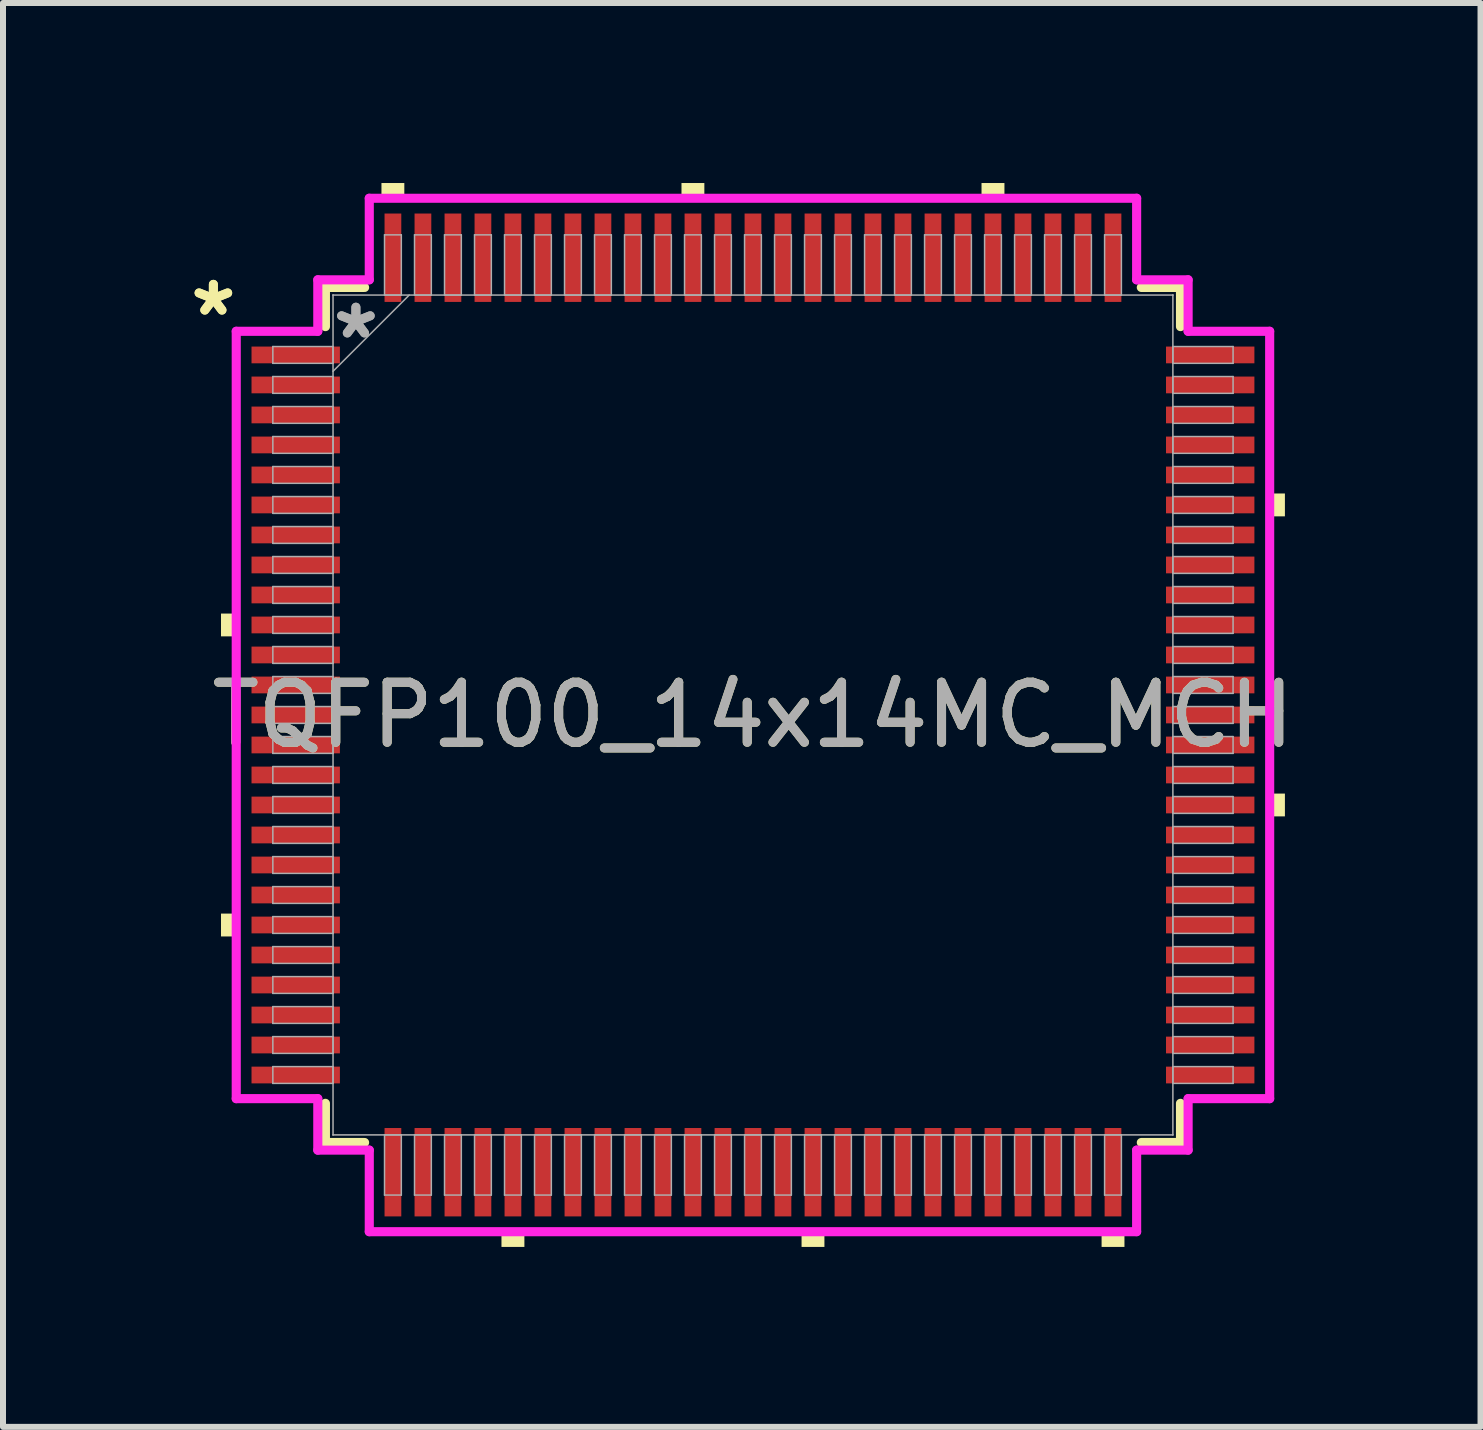
<source format=kicad_pcb>
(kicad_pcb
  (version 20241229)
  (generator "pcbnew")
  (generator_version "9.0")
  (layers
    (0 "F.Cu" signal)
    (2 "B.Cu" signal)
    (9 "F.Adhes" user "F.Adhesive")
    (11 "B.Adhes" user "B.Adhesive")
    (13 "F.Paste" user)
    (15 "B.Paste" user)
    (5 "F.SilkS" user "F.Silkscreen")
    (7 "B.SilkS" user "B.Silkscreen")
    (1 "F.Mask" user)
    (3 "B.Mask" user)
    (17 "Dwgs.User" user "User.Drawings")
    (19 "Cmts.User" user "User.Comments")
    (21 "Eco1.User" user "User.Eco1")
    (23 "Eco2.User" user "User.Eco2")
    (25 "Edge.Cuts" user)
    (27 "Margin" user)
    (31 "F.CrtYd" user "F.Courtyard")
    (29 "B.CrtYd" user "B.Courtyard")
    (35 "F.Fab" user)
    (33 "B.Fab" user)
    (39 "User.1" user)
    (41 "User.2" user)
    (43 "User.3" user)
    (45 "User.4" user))
  (footprint "TQFP100_14x14MC_MCH"
    (layer "F.Cu")
    (at 9.498 8.865)
    (property "Reference" "TQFP100_14x14MC_MCH" (at 0 0 0) (unlocked yes) (layer "F.SilkS") (effects (font (size 1 1) (thickness 0.15))))
    (attr smd)
    (fp_line (start -7.125 -7.125) (end -7.125 -6.472) (stroke (width 0.152) (type solid)) (layer "F.SilkS"))
    (fp_line (start -7.125 6.472) (end -7.125 7.125) (stroke (width 0.152) (type solid)) (layer "F.SilkS"))
    (fp_line (start -7.125 7.125) (end -6.472 7.125) (stroke (width 0.152) (type solid)) (layer "F.SilkS"))
    (fp_line (start -6.472 -7.125) (end -7.125 -7.125) (stroke (width 0.152) (type solid)) (layer "F.SilkS"))
    (fp_line (start 6.472 7.125) (end 7.125 7.125) (stroke (width 0.152) (type solid)) (layer "F.SilkS"))
    (fp_line (start 7.125 -7.125) (end 6.472 -7.125) (stroke (width 0.152) (type solid)) (layer "F.SilkS"))
    (fp_line (start 7.125 -6.472) (end 7.125 -7.125) (stroke (width 0.152) (type solid)) (layer "F.SilkS"))
    (fp_line (start 7.125 7.125) (end 7.125 6.472) (stroke (width 0.152) (type solid)) (layer "F.SilkS"))
    (fp_poly (pts (xy -8.865 -1.69) (xy -8.865 -1.31) (xy -8.611 -1.31) (xy -8.611 -1.69)) (stroke (width 0) (type solid)) (fill yes) (layer "F.SilkS"))
    (fp_poly (pts (xy -8.865 3.31) (xy -8.865 3.691) (xy -8.611 3.691) (xy -8.611 3.31)) (stroke (width 0) (type solid)) (fill yes) (layer "F.SilkS"))
    (fp_poly (pts (xy -6.191 -8.611) (xy -6.191 -8.865) (xy -5.81 -8.865) (xy -5.81 -8.611)) (stroke (width 0) (type solid)) (fill yes) (layer "F.SilkS"))
    (fp_poly (pts (xy -4.191 8.611) (xy -4.191 8.865) (xy -3.809 8.865) (xy -3.809 8.611)) (stroke (width 0) (type solid)) (fill yes) (layer "F.SilkS"))
    (fp_poly (pts (xy -1.191 -8.611) (xy -1.191 -8.865) (xy -0.81 -8.865) (xy -0.81 -8.611)) (stroke (width 0) (type solid)) (fill yes) (layer "F.SilkS"))
    (fp_poly (pts (xy 0.81 8.611) (xy 0.81 8.865) (xy 1.191 8.865) (xy 1.191 8.611)) (stroke (width 0) (type solid)) (fill yes) (layer "F.SilkS"))
    (fp_poly (pts (xy 3.809 -8.611) (xy 3.809 -8.865) (xy 4.191 -8.865) (xy 4.191 -8.611)) (stroke (width 0) (type solid)) (fill yes) (layer "F.SilkS"))
    (fp_poly (pts (xy 5.81 8.611) (xy 5.81 8.865) (xy 6.191 8.865) (xy 6.191 8.611)) (stroke (width 0) (type solid)) (fill yes) (layer "F.SilkS"))
    (fp_poly (pts (xy 8.865 -3.691) (xy 8.865 -3.31) (xy 8.611 -3.31) (xy 8.611 -3.691)) (stroke (width 0) (type solid)) (fill yes) (layer "F.SilkS"))
    (fp_poly (pts (xy 8.865 1.31) (xy 8.865 1.69) (xy 8.611 1.69) (xy 8.611 1.31)) (stroke (width 0) (type solid)) (fill yes) (layer "F.SilkS"))
    (fp_line (start -8.611 -6.394) (end -7.252 -6.394) (stroke (width 0.152) (type solid)) (layer "F.CrtYd"))
    (fp_line (start -8.611 6.394) (end -8.611 -6.394) (stroke (width 0.152) (type solid)) (layer "F.CrtYd"))
    (fp_line (start -7.252 -7.252) (end -6.394 -7.252) (stroke (width 0.152) (type solid)) (layer "F.CrtYd"))
    (fp_line (start -7.252 -6.394) (end -7.252 -7.252) (stroke (width 0.152) (type solid)) (layer "F.CrtYd"))
    (fp_line (start -7.252 6.394) (end -8.611 6.394) (stroke (width 0.152) (type solid)) (layer "F.CrtYd"))
    (fp_line (start -7.252 7.252) (end -7.252 6.394) (stroke (width 0.152) (type solid)) (layer "F.CrtYd"))
    (fp_line (start -7.252 7.252) (end -6.394 7.252) (stroke (width 0.152) (type solid)) (layer "F.CrtYd"))
    (fp_line (start -6.394 -8.611) (end 6.394 -8.611) (stroke (width 0.152) (type solid)) (layer "F.CrtYd"))
    (fp_line (start -6.394 -7.252) (end -6.394 -8.611) (stroke (width 0.152) (type solid)) (layer "F.CrtYd"))
    (fp_line (start -6.394 7.252) (end -6.394 8.611) (stroke (width 0.152) (type solid)) (layer "F.CrtYd"))
    (fp_line (start -6.394 8.611) (end 6.394 8.611) (stroke (width 0.152) (type solid)) (layer "F.CrtYd"))
    (fp_line (start 6.394 -8.611) (end 6.394 -7.252) (stroke (width 0.152) (type solid)) (layer "F.CrtYd"))
    (fp_line (start 6.394 -7.252) (end 7.252 -7.252) (stroke (width 0.152) (type solid)) (layer "F.CrtYd"))
    (fp_line (start 6.394 7.252) (end 7.252 7.252) (stroke (width 0.152) (type solid)) (layer "F.CrtYd"))
    (fp_line (start 6.394 8.611) (end 6.394 7.252) (stroke (width 0.152) (type solid)) (layer "F.CrtYd"))
    (fp_line (start 7.252 -6.394) (end 7.252 -7.252) (stroke (width 0.152) (type solid)) (layer "F.CrtYd"))
    (fp_line (start 7.252 6.394) (end 8.611 6.394) (stroke (width 0.152) (type solid)) (layer "F.CrtYd"))
    (fp_line (start 7.252 7.252) (end 7.252 6.394) (stroke (width 0.152) (type solid)) (layer "F.CrtYd"))
    (fp_line (start 8.611 -6.394) (end 7.252 -6.394) (stroke (width 0.152) (type solid)) (layer "F.CrtYd"))
    (fp_line (start 8.611 6.394) (end 8.611 -6.394) (stroke (width 0.152) (type solid)) (layer "F.CrtYd"))
    (fp_line (start -8.001 -6.14) (end -8.001 -5.86) (stroke (width 0.025) (type solid)) (layer "F.Fab"))
    (fp_line (start -8.001 -5.86) (end -6.998 -5.86) (stroke (width 0.025) (type solid)) (layer "F.Fab"))
    (fp_line (start -8.001 -5.64) (end -8.001 -5.36) (stroke (width 0.025) (type solid)) (layer "F.Fab"))
    (fp_line (start -8.001 -5.36) (end -6.998 -5.36) (stroke (width 0.025) (type solid)) (layer "F.Fab"))
    (fp_line (start -8.001 -5.14) (end -8.001 -4.86) (stroke (width 0.025) (type solid)) (layer "F.Fab"))
    (fp_line (start -8.001 -4.86) (end -6.998 -4.86) (stroke (width 0.025) (type solid)) (layer "F.Fab"))
    (fp_line (start -8.001 -4.64) (end -8.001 -4.36) (stroke (width 0.025) (type solid)) (layer "F.Fab"))
    (fp_line (start -8.001 -4.36) (end -6.998 -4.36) (stroke (width 0.025) (type solid)) (layer "F.Fab"))
    (fp_line (start -8.001 -4.14) (end -8.001 -3.86) (stroke (width 0.025) (type solid)) (layer "F.Fab"))
    (fp_line (start -8.001 -3.86) (end -6.998 -3.86) (stroke (width 0.025) (type solid)) (layer "F.Fab"))
    (fp_line (start -8.001 -3.64) (end -8.001 -3.36) (stroke (width 0.025) (type solid)) (layer "F.Fab"))
    (fp_line (start -8.001 -3.36) (end -6.998 -3.36) (stroke (width 0.025) (type solid)) (layer "F.Fab"))
    (fp_line (start -8.001 -3.14) (end -8.001 -2.86) (stroke (width 0.025) (type solid)) (layer "F.Fab"))
    (fp_line (start -8.001 -2.86) (end -6.998 -2.86) (stroke (width 0.025) (type solid)) (layer "F.Fab"))
    (fp_line (start -8.001 -2.64) (end -8.001 -2.36) (stroke (width 0.025) (type solid)) (layer "F.Fab"))
    (fp_line (start -8.001 -2.36) (end -6.998 -2.36) (stroke (width 0.025) (type solid)) (layer "F.Fab"))
    (fp_line (start -8.001 -2.14) (end -8.001 -1.86) (stroke (width 0.025) (type solid)) (layer "F.Fab"))
    (fp_line (start -8.001 -1.86) (end -6.998 -1.86) (stroke (width 0.025) (type solid)) (layer "F.Fab"))
    (fp_line (start -8.001 -1.64) (end -8.001 -1.36) (stroke (width 0.025) (type solid)) (layer "F.Fab"))
    (fp_line (start -8.001 -1.36) (end -6.998 -1.36) (stroke (width 0.025) (type solid)) (layer "F.Fab"))
    (fp_line (start -8.001 -1.14) (end -8.001 -0.86) (stroke (width 0.025) (type solid)) (layer "F.Fab"))
    (fp_line (start -8.001 -0.86) (end -6.998 -0.86) (stroke (width 0.025) (type solid)) (layer "F.Fab"))
    (fp_line (start -8.001 -0.64) (end -8.001 -0.36) (stroke (width 0.025) (type solid)) (layer "F.Fab"))
    (fp_line (start -8.001 -0.36) (end -6.998 -0.36) (stroke (width 0.025) (type solid)) (layer "F.Fab"))
    (fp_line (start -8.001 -0.14) (end -8.001 0.14) (stroke (width 0.025) (type solid)) (layer "F.Fab"))
    (fp_line (start -8.001 0.14) (end -6.998 0.14) (stroke (width 0.025) (type solid)) (layer "F.Fab"))
    (fp_line (start -8.001 0.36) (end -8.001 0.64) (stroke (width 0.025) (type solid)) (layer "F.Fab"))
    (fp_line (start -8.001 0.64) (end -6.998 0.64) (stroke (width 0.025) (type solid)) (layer "F.Fab"))
    (fp_line (start -8.001 0.86) (end -8.001 1.14) (stroke (width 0.025) (type solid)) (layer "F.Fab"))
    (fp_line (start -8.001 1.14) (end -6.998 1.14) (stroke (width 0.025) (type solid)) (layer "F.Fab"))
    (fp_line (start -8.001 1.36) (end -8.001 1.64) (stroke (width 0.025) (type solid)) (layer "F.Fab"))
    (fp_line (start -8.001 1.64) (end -6.998 1.64) (stroke (width 0.025) (type solid)) (layer "F.Fab"))
    (fp_line (start -8.001 1.86) (end -8.001 2.14) (stroke (width 0.025) (type solid)) (layer "F.Fab"))
    (fp_line (start -8.001 2.14) (end -6.998 2.14) (stroke (width 0.025) (type solid)) (layer "F.Fab"))
    (fp_line (start -8.001 2.36) (end -8.001 2.64) (stroke (width 0.025) (type solid)) (layer "F.Fab"))
    (fp_line (start -8.001 2.64) (end -6.998 2.64) (stroke (width 0.025) (type solid)) (layer "F.Fab"))
    (fp_line (start -8.001 2.86) (end -8.001 3.14) (stroke (width 0.025) (type solid)) (layer "F.Fab"))
    (fp_line (start -8.001 3.14) (end -6.998 3.14) (stroke (width 0.025) (type solid)) (layer "F.Fab"))
    (fp_line (start -8.001 3.36) (end -8.001 3.64) (stroke (width 0.025) (type solid)) (layer "F.Fab"))
    (fp_line (start -8.001 3.64) (end -6.998 3.64) (stroke (width 0.025) (type solid)) (layer "F.Fab"))
    (fp_line (start -8.001 3.86) (end -8.001 4.14) (stroke (width 0.025) (type solid)) (layer "F.Fab"))
    (fp_line (start -8.001 4.14) (end -6.998 4.14) (stroke (width 0.025) (type solid)) (layer "F.Fab"))
    (fp_line (start -8.001 4.36) (end -8.001 4.64) (stroke (width 0.025) (type solid)) (layer "F.Fab"))
    (fp_line (start -8.001 4.64) (end -6.998 4.64) (stroke (width 0.025) (type solid)) (layer "F.Fab"))
    (fp_line (start -8.001 4.86) (end -8.001 5.14) (stroke (width 0.025) (type solid)) (layer "F.Fab"))
    (fp_line (start -8.001 5.14) (end -6.998 5.14) (stroke (width 0.025) (type solid)) (layer "F.Fab"))
    (fp_line (start -8.001 5.36) (end -8.001 5.64) (stroke (width 0.025) (type solid)) (layer "F.Fab"))
    (fp_line (start -8.001 5.64) (end -6.998 5.64) (stroke (width 0.025) (type solid)) (layer "F.Fab"))
    (fp_line (start -8.001 5.86) (end -8.001 6.14) (stroke (width 0.025) (type solid)) (layer "F.Fab"))
    (fp_line (start -8.001 6.14) (end -6.998 6.14) (stroke (width 0.025) (type solid)) (layer "F.Fab"))
    (fp_line (start -6.998 -6.998) (end -6.998 -6.998) (stroke (width 0.025) (type solid)) (layer "F.Fab"))
    (fp_line (start -6.998 -6.998) (end -6.998 6.998) (stroke (width 0.025) (type solid)) (layer "F.Fab"))
    (fp_line (start -6.998 -6.14) (end -8.001 -6.14) (stroke (width 0.025) (type solid)) (layer "F.Fab"))
    (fp_line (start -6.998 -5.86) (end -6.998 -6.14) (stroke (width 0.025) (type solid)) (layer "F.Fab"))
    (fp_line (start -6.998 -5.728) (end -5.728 -6.998) (stroke (width 0.025) (type solid)) (layer "F.Fab"))
    (fp_line (start -6.998 -5.64) (end -8.001 -5.64) (stroke (width 0.025) (type solid)) (layer "F.Fab"))
    (fp_line (start -6.998 -5.36) (end -6.998 -5.64) (stroke (width 0.025) (type solid)) (layer "F.Fab"))
    (fp_line (start -6.998 -5.14) (end -8.001 -5.14) (stroke (width 0.025) (type solid)) (layer "F.Fab"))
    (fp_line (start -6.998 -4.86) (end -6.998 -5.14) (stroke (width 0.025) (type solid)) (layer "F.Fab"))
    (fp_line (start -6.998 -4.64) (end -8.001 -4.64) (stroke (width 0.025) (type solid)) (layer "F.Fab"))
    (fp_line (start -6.998 -4.36) (end -6.998 -4.64) (stroke (width 0.025) (type solid)) (layer "F.Fab"))
    (fp_line (start -6.998 -4.14) (end -8.001 -4.14) (stroke (width 0.025) (type solid)) (layer "F.Fab"))
    (fp_line (start -6.998 -3.86) (end -6.998 -4.14) (stroke (width 0.025) (type solid)) (layer "F.Fab"))
    (fp_line (start -6.998 -3.64) (end -8.001 -3.64) (stroke (width 0.025) (type solid)) (layer "F.Fab"))
    (fp_line (start -6.998 -3.36) (end -6.998 -3.64) (stroke (width 0.025) (type solid)) (layer "F.Fab"))
    (fp_line (start -6.998 -3.14) (end -8.001 -3.14) (stroke (width 0.025) (type solid)) (layer "F.Fab"))
    (fp_line (start -6.998 -2.86) (end -6.998 -3.14) (stroke (width 0.025) (type solid)) (layer "F.Fab"))
    (fp_line (start -6.998 -2.64) (end -8.001 -2.64) (stroke (width 0.025) (type solid)) (layer "F.Fab"))
    (fp_line (start -6.998 -2.36) (end -6.998 -2.64) (stroke (width 0.025) (type solid)) (layer "F.Fab"))
    (fp_line (start -6.998 -2.14) (end -8.001 -2.14) (stroke (width 0.025) (type solid)) (layer "F.Fab"))
    (fp_line (start -6.998 -1.86) (end -6.998 -2.14) (stroke (width 0.025) (type solid)) (layer "F.Fab"))
    (fp_line (start -6.998 -1.64) (end -8.001 -1.64) (stroke (width 0.025) (type solid)) (layer "F.Fab"))
    (fp_line (start -6.998 -1.36) (end -6.998 -1.64) (stroke (width 0.025) (type solid)) (layer "F.Fab"))
    (fp_line (start -6.998 -1.14) (end -8.001 -1.14) (stroke (width 0.025) (type solid)) (layer "F.Fab"))
    (fp_line (start -6.998 -0.86) (end -6.998 -1.14) (stroke (width 0.025) (type solid)) (layer "F.Fab"))
    (fp_line (start -6.998 -0.64) (end -8.001 -0.64) (stroke (width 0.025) (type solid)) (layer "F.Fab"))
    (fp_line (start -6.998 -0.36) (end -6.998 -0.64) (stroke (width 0.025) (type solid)) (layer "F.Fab"))
    (fp_line (start -6.998 -0.14) (end -8.001 -0.14) (stroke (width 0.025) (type solid)) (layer "F.Fab"))
    (fp_line (start -6.998 0.14) (end -6.998 -0.14) (stroke (width 0.025) (type solid)) (layer "F.Fab"))
    (fp_line (start -6.998 0.36) (end -8.001 0.36) (stroke (width 0.025) (type solid)) (layer "F.Fab"))
    (fp_line (start -6.998 0.64) (end -6.998 0.36) (stroke (width 0.025) (type solid)) (layer "F.Fab"))
    (fp_line (start -6.998 0.86) (end -8.001 0.86) (stroke (width 0.025) (type solid)) (layer "F.Fab"))
    (fp_line (start -6.998 1.14) (end -6.998 0.86) (stroke (width 0.025) (type solid)) (layer "F.Fab"))
    (fp_line (start -6.998 1.36) (end -8.001 1.36) (stroke (width 0.025) (type solid)) (layer "F.Fab"))
    (fp_line (start -6.998 1.64) (end -6.998 1.36) (stroke (width 0.025) (type solid)) (layer "F.Fab"))
    (fp_line (start -6.998 1.86) (end -8.001 1.86) (stroke (width 0.025) (type solid)) (layer "F.Fab"))
    (fp_line (start -6.998 2.14) (end -6.998 1.86) (stroke (width 0.025) (type solid)) (layer "F.Fab"))
    (fp_line (start -6.998 2.36) (end -8.001 2.36) (stroke (width 0.025) (type solid)) (layer "F.Fab"))
    (fp_line (start -6.998 2.64) (end -6.998 2.36) (stroke (width 0.025) (type solid)) (layer "F.Fab"))
    (fp_line (start -6.998 2.86) (end -8.001 2.86) (stroke (width 0.025) (type solid)) (layer "F.Fab"))
    (fp_line (start -6.998 3.14) (end -6.998 2.86) (stroke (width 0.025) (type solid)) (layer "F.Fab"))
    (fp_line (start -6.998 3.36) (end -8.001 3.36) (stroke (width 0.025) (type solid)) (layer "F.Fab"))
    (fp_line (start -6.998 3.64) (end -6.998 3.36) (stroke (width 0.025) (type solid)) (layer "F.Fab"))
    (fp_line (start -6.998 3.86) (end -8.001 3.86) (stroke (width 0.025) (type solid)) (layer "F.Fab"))
    (fp_line (start -6.998 4.14) (end -6.998 3.86) (stroke (width 0.025) (type solid)) (layer "F.Fab"))
    (fp_line (start -6.998 4.36) (end -8.001 4.36) (stroke (width 0.025) (type solid)) (layer "F.Fab"))
    (fp_line (start -6.998 4.64) (end -6.998 4.36) (stroke (width 0.025) (type solid)) (layer "F.Fab"))
    (fp_line (start -6.998 4.86) (end -8.001 4.86) (stroke (width 0.025) (type solid)) (layer "F.Fab"))
    (fp_line (start -6.998 5.14) (end -6.998 4.86) (stroke (width 0.025) (type solid)) (layer "F.Fab"))
    (fp_line (start -6.998 5.36) (end -8.001 5.36) (stroke (width 0.025) (type solid)) (layer "F.Fab"))
    (fp_line (start -6.998 5.64) (end -6.998 5.36) (stroke (width 0.025) (type solid)) (layer "F.Fab"))
    (fp_line (start -6.998 5.86) (end -8.001 5.86) (stroke (width 0.025) (type solid)) (layer "F.Fab"))
    (fp_line (start -6.998 6.14) (end -6.998 5.86) (stroke (width 0.025) (type solid)) (layer "F.Fab"))
    (fp_line (start -6.998 6.998) (end -6.998 6.998) (stroke (width 0.025) (type solid)) (layer "F.Fab"))
    (fp_line (start -6.998 6.998) (end 6.998 6.998) (stroke (width 0.025) (type solid)) (layer "F.Fab"))
    (fp_line (start -6.14 -8.001) (end -6.14 -6.998) (stroke (width 0.025) (type solid)) (layer "F.Fab"))
    (fp_line (start -6.14 -6.998) (end -5.86 -6.998) (stroke (width 0.025) (type solid)) (layer "F.Fab"))
    (fp_line (start -6.14 6.998) (end -6.14 8.001) (stroke (width 0.025) (type solid)) (layer "F.Fab"))
    (fp_line (start -6.14 8.001) (end -5.86 8.001) (stroke (width 0.025) (type solid)) (layer "F.Fab"))
    (fp_line (start -5.86 -8.001) (end -6.14 -8.001) (stroke (width 0.025) (type solid)) (layer "F.Fab"))
    (fp_line (start -5.86 -6.998) (end -5.86 -8.001) (stroke (width 0.025) (type solid)) (layer "F.Fab"))
    (fp_line (start -5.86 6.998) (end -6.14 6.998) (stroke (width 0.025) (type solid)) (layer "F.Fab"))
    (fp_line (start -5.86 8.001) (end -5.86 6.998) (stroke (width 0.025) (type solid)) (layer "F.Fab"))
    (fp_line (start -5.64 -8.001) (end -5.64 -6.998) (stroke (width 0.025) (type solid)) (layer "F.Fab"))
    (fp_line (start -5.64 -6.998) (end -5.36 -6.998) (stroke (width 0.025) (type solid)) (layer "F.Fab"))
    (fp_line (start -5.64 6.998) (end -5.64 8.001) (stroke (width 0.025) (type solid)) (layer "F.Fab"))
    (fp_line (start -5.64 8.001) (end -5.36 8.001) (stroke (width 0.025) (type solid)) (layer "F.Fab"))
    (fp_line (start -5.36 -8.001) (end -5.64 -8.001) (stroke (width 0.025) (type solid)) (layer "F.Fab"))
    (fp_line (start -5.36 -6.998) (end -5.36 -8.001) (stroke (width 0.025) (type solid)) (layer "F.Fab"))
    (fp_line (start -5.36 6.998) (end -5.64 6.998) (stroke (width 0.025) (type solid)) (layer "F.Fab"))
    (fp_line (start -5.36 8.001) (end -5.36 6.998) (stroke (width 0.025) (type solid)) (layer "F.Fab"))
    (fp_line (start -5.14 -8.001) (end -5.14 -6.998) (stroke (width 0.025) (type solid)) (layer "F.Fab"))
    (fp_line (start -5.14 -6.998) (end -4.86 -6.998) (stroke (width 0.025) (type solid)) (layer "F.Fab"))
    (fp_line (start -5.14 6.998) (end -5.14 8.001) (stroke (width 0.025) (type solid)) (layer "F.Fab"))
    (fp_line (start -5.14 8.001) (end -4.86 8.001) (stroke (width 0.025) (type solid)) (layer "F.Fab"))
    (fp_line (start -4.86 -8.001) (end -5.14 -8.001) (stroke (width 0.025) (type solid)) (layer "F.Fab"))
    (fp_line (start -4.86 -6.998) (end -4.86 -8.001) (stroke (width 0.025) (type solid)) (layer "F.Fab"))
    (fp_line (start -4.86 6.998) (end -5.14 6.998) (stroke (width 0.025) (type solid)) (layer "F.Fab"))
    (fp_line (start -4.86 8.001) (end -4.86 6.998) (stroke (width 0.025) (type solid)) (layer "F.Fab"))
    (fp_line (start -4.64 -8.001) (end -4.64 -6.998) (stroke (width 0.025) (type solid)) (layer "F.Fab"))
    (fp_line (start -4.64 -6.998) (end -4.36 -6.998) (stroke (width 0.025) (type solid)) (layer "F.Fab"))
    (fp_line (start -4.64 6.998) (end -4.64 8.001) (stroke (width 0.025) (type solid)) (layer "F.Fab"))
    (fp_line (start -4.64 8.001) (end -4.36 8.001) (stroke (width 0.025) (type solid)) (layer "F.Fab"))
    (fp_line (start -4.36 -8.001) (end -4.64 -8.001) (stroke (width 0.025) (type solid)) (layer "F.Fab"))
    (fp_line (start -4.36 -6.998) (end -4.36 -8.001) (stroke (width 0.025) (type solid)) (layer "F.Fab"))
    (fp_line (start -4.36 6.998) (end -4.64 6.998) (stroke (width 0.025) (type solid)) (layer "F.Fab"))
    (fp_line (start -4.36 8.001) (end -4.36 6.998) (stroke (width 0.025) (type solid)) (layer "F.Fab"))
    (fp_line (start -4.14 -8.001) (end -4.14 -6.998) (stroke (width 0.025) (type solid)) (layer "F.Fab"))
    (fp_line (start -4.14 -6.998) (end -3.86 -6.998) (stroke (width 0.025) (type solid)) (layer "F.Fab"))
    (fp_line (start -4.14 6.998) (end -4.14 8.001) (stroke (width 0.025) (type solid)) (layer "F.Fab"))
    (fp_line (start -4.14 8.001) (end -3.86 8.001) (stroke (width 0.025) (type solid)) (layer "F.Fab"))
    (fp_line (start -3.86 -8.001) (end -4.14 -8.001) (stroke (width 0.025) (type solid)) (layer "F.Fab"))
    (fp_line (start -3.86 -6.998) (end -3.86 -8.001) (stroke (width 0.025) (type solid)) (layer "F.Fab"))
    (fp_line (start -3.86 6.998) (end -4.14 6.998) (stroke (width 0.025) (type solid)) (layer "F.Fab"))
    (fp_line (start -3.86 8.001) (end -3.86 6.998) (stroke (width 0.025) (type solid)) (layer "F.Fab"))
    (fp_line (start -3.64 -8.001) (end -3.64 -6.998) (stroke (width 0.025) (type solid)) (layer "F.Fab"))
    (fp_line (start -3.64 -6.998) (end -3.36 -6.998) (stroke (width 0.025) (type solid)) (layer "F.Fab"))
    (fp_line (start -3.64 6.998) (end -3.64 8.001) (stroke (width 0.025) (type solid)) (layer "F.Fab"))
    (fp_line (start -3.64 8.001) (end -3.36 8.001) (stroke (width 0.025) (type solid)) (layer "F.Fab"))
    (fp_line (start -3.36 -8.001) (end -3.64 -8.001) (stroke (width 0.025) (type solid)) (layer "F.Fab"))
    (fp_line (start -3.36 -6.998) (end -3.36 -8.001) (stroke (width 0.025) (type solid)) (layer "F.Fab"))
    (fp_line (start -3.36 6.998) (end -3.64 6.998) (stroke (width 0.025) (type solid)) (layer "F.Fab"))
    (fp_line (start -3.36 8.001) (end -3.36 6.998) (stroke (width 0.025) (type solid)) (layer "F.Fab"))
    (fp_line (start -3.14 -8.001) (end -3.14 -6.998) (stroke (width 0.025) (type solid)) (layer "F.Fab"))
    (fp_line (start -3.14 -6.998) (end -2.86 -6.998) (stroke (width 0.025) (type solid)) (layer "F.Fab"))
    (fp_line (start -3.14 6.998) (end -3.14 8.001) (stroke (width 0.025) (type solid)) (layer "F.Fab"))
    (fp_line (start -3.14 8.001) (end -2.86 8.001) (stroke (width 0.025) (type solid)) (layer "F.Fab"))
    (fp_line (start -2.86 -8.001) (end -3.14 -8.001) (stroke (width 0.025) (type solid)) (layer "F.Fab"))
    (fp_line (start -2.86 -6.998) (end -2.86 -8.001) (stroke (width 0.025) (type solid)) (layer "F.Fab"))
    (fp_line (start -2.86 6.998) (end -3.14 6.998) (stroke (width 0.025) (type solid)) (layer "F.Fab"))
    (fp_line (start -2.86 8.001) (end -2.86 6.998) (stroke (width 0.025) (type solid)) (layer "F.Fab"))
    (fp_line (start -2.64 -8.001) (end -2.64 -6.998) (stroke (width 0.025) (type solid)) (layer "F.Fab"))
    (fp_line (start -2.64 -6.998) (end -2.36 -6.998) (stroke (width 0.025) (type solid)) (layer "F.Fab"))
    (fp_line (start -2.64 6.998) (end -2.64 8.001) (stroke (width 0.025) (type solid)) (layer "F.Fab"))
    (fp_line (start -2.64 8.001) (end -2.36 8.001) (stroke (width 0.025) (type solid)) (layer "F.Fab"))
    (fp_line (start -2.36 -8.001) (end -2.64 -8.001) (stroke (width 0.025) (type solid)) (layer "F.Fab"))
    (fp_line (start -2.36 -6.998) (end -2.36 -8.001) (stroke (width 0.025) (type solid)) (layer "F.Fab"))
    (fp_line (start -2.36 6.998) (end -2.64 6.998) (stroke (width 0.025) (type solid)) (layer "F.Fab"))
    (fp_line (start -2.36 8.001) (end -2.36 6.998) (stroke (width 0.025) (type solid)) (layer "F.Fab"))
    (fp_line (start -2.14 -8.001) (end -2.14 -6.998) (stroke (width 0.025) (type solid)) (layer "F.Fab"))
    (fp_line (start -2.14 -6.998) (end -1.86 -6.998) (stroke (width 0.025) (type solid)) (layer "F.Fab"))
    (fp_line (start -2.14 6.998) (end -2.14 8.001) (stroke (width 0.025) (type solid)) (layer "F.Fab"))
    (fp_line (start -2.14 8.001) (end -1.86 8.001) (stroke (width 0.025) (type solid)) (layer "F.Fab"))
    (fp_line (start -1.86 -8.001) (end -2.14 -8.001) (stroke (width 0.025) (type solid)) (layer "F.Fab"))
    (fp_line (start -1.86 -6.998) (end -1.86 -8.001) (stroke (width 0.025) (type solid)) (layer "F.Fab"))
    (fp_line (start -1.86 6.998) (end -2.14 6.998) (stroke (width 0.025) (type solid)) (layer "F.Fab"))
    (fp_line (start -1.86 8.001) (end -1.86 6.998) (stroke (width 0.025) (type solid)) (layer "F.Fab"))
    (fp_line (start -1.64 -8.001) (end -1.64 -6.998) (stroke (width 0.025) (type solid)) (layer "F.Fab"))
    (fp_line (start -1.64 -6.998) (end -1.36 -6.998) (stroke (width 0.025) (type solid)) (layer "F.Fab"))
    (fp_line (start -1.64 6.998) (end -1.64 8.001) (stroke (width 0.025) (type solid)) (layer "F.Fab"))
    (fp_line (start -1.64 8.001) (end -1.36 8.001) (stroke (width 0.025) (type solid)) (layer "F.Fab"))
    (fp_line (start -1.36 -8.001) (end -1.64 -8.001) (stroke (width 0.025) (type solid)) (layer "F.Fab"))
    (fp_line (start -1.36 -6.998) (end -1.36 -8.001) (stroke (width 0.025) (type solid)) (layer "F.Fab"))
    (fp_line (start -1.36 6.998) (end -1.64 6.998) (stroke (width 0.025) (type solid)) (layer "F.Fab"))
    (fp_line (start -1.36 8.001) (end -1.36 6.998) (stroke (width 0.025) (type solid)) (layer "F.Fab"))
    (fp_line (start -1.14 -8.001) (end -1.14 -6.998) (stroke (width 0.025) (type solid)) (layer "F.Fab"))
    (fp_line (start -1.14 -6.998) (end -0.86 -6.998) (stroke (width 0.025) (type solid)) (layer "F.Fab"))
    (fp_line (start -1.14 6.998) (end -1.14 8.001) (stroke (width 0.025) (type solid)) (layer "F.Fab"))
    (fp_line (start -1.14 8.001) (end -0.86 8.001) (stroke (width 0.025) (type solid)) (layer "F.Fab"))
    (fp_line (start -0.86 -8.001) (end -1.14 -8.001) (stroke (width 0.025) (type solid)) (layer "F.Fab"))
    (fp_line (start -0.86 -6.998) (end -0.86 -8.001) (stroke (width 0.025) (type solid)) (layer "F.Fab"))
    (fp_line (start -0.86 6.998) (end -1.14 6.998) (stroke (width 0.025) (type solid)) (layer "F.Fab"))
    (fp_line (start -0.86 8.001) (end -0.86 6.998) (stroke (width 0.025) (type solid)) (layer "F.Fab"))
    (fp_line (start -0.64 -8.001) (end -0.64 -6.998) (stroke (width 0.025) (type solid)) (layer "F.Fab"))
    (fp_line (start -0.64 -6.998) (end -0.36 -6.998) (stroke (width 0.025) (type solid)) (layer "F.Fab"))
    (fp_line (start -0.64 6.998) (end -0.64 8.001) (stroke (width 0.025) (type solid)) (layer "F.Fab"))
    (fp_line (start -0.64 8.001) (end -0.36 8.001) (stroke (width 0.025) (type solid)) (layer "F.Fab"))
    (fp_line (start -0.36 -8.001) (end -0.64 -8.001) (stroke (width 0.025) (type solid)) (layer "F.Fab"))
    (fp_line (start -0.36 -6.998) (end -0.36 -8.001) (stroke (width 0.025) (type solid)) (layer "F.Fab"))
    (fp_line (start -0.36 6.998) (end -0.64 6.998) (stroke (width 0.025) (type solid)) (layer "F.Fab"))
    (fp_line (start -0.36 8.001) (end -0.36 6.998) (stroke (width 0.025) (type solid)) (layer "F.Fab"))
    (fp_line (start -0.14 -8.001) (end -0.14 -6.998) (stroke (width 0.025) (type solid)) (layer "F.Fab"))
    (fp_line (start -0.14 -6.998) (end 0.14 -6.998) (stroke (width 0.025) (type solid)) (layer "F.Fab"))
    (fp_line (start -0.14 6.998) (end -0.14 8.001) (stroke (width 0.025) (type solid)) (layer "F.Fab"))
    (fp_line (start -0.14 8.001) (end 0.14 8.001) (stroke (width 0.025) (type solid)) (layer "F.Fab"))
    (fp_line (start 0.14 -8.001) (end -0.14 -8.001) (stroke (width 0.025) (type solid)) (layer "F.Fab"))
    (fp_line (start 0.14 -6.998) (end 0.14 -8.001) (stroke (width 0.025) (type solid)) (layer "F.Fab"))
    (fp_line (start 0.14 6.998) (end -0.14 6.998) (stroke (width 0.025) (type solid)) (layer "F.Fab"))
    (fp_line (start 0.14 8.001) (end 0.14 6.998) (stroke (width 0.025) (type solid)) (layer "F.Fab"))
    (fp_line (start 0.36 -8.001) (end 0.36 -6.998) (stroke (width 0.025) (type solid)) (layer "F.Fab"))
    (fp_line (start 0.36 -6.998) (end 0.64 -6.998) (stroke (width 0.025) (type solid)) (layer "F.Fab"))
    (fp_line (start 0.36 6.998) (end 0.36 8.001) (stroke (width 0.025) (type solid)) (layer "F.Fab"))
    (fp_line (start 0.36 8.001) (end 0.64 8.001) (stroke (width 0.025) (type solid)) (layer "F.Fab"))
    (fp_line (start 0.64 -8.001) (end 0.36 -8.001) (stroke (width 0.025) (type solid)) (layer "F.Fab"))
    (fp_line (start 0.64 -6.998) (end 0.64 -8.001) (stroke (width 0.025) (type solid)) (layer "F.Fab"))
    (fp_line (start 0.64 6.998) (end 0.36 6.998) (stroke (width 0.025) (type solid)) (layer "F.Fab"))
    (fp_line (start 0.64 8.001) (end 0.64 6.998) (stroke (width 0.025) (type solid)) (layer "F.Fab"))
    (fp_line (start 0.86 -8.001) (end 0.86 -6.998) (stroke (width 0.025) (type solid)) (layer "F.Fab"))
    (fp_line (start 0.86 -6.998) (end 1.14 -6.998) (stroke (width 0.025) (type solid)) (layer "F.Fab"))
    (fp_line (start 0.86 6.998) (end 0.86 8.001) (stroke (width 0.025) (type solid)) (layer "F.Fab"))
    (fp_line (start 0.86 8.001) (end 1.14 8.001) (stroke (width 0.025) (type solid)) (layer "F.Fab"))
    (fp_line (start 1.14 -8.001) (end 0.86 -8.001) (stroke (width 0.025) (type solid)) (layer "F.Fab"))
    (fp_line (start 1.14 -6.998) (end 1.14 -8.001) (stroke (width 0.025) (type solid)) (layer "F.Fab"))
    (fp_line (start 1.14 6.998) (end 0.86 6.998) (stroke (width 0.025) (type solid)) (layer "F.Fab"))
    (fp_line (start 1.14 8.001) (end 1.14 6.998) (stroke (width 0.025) (type solid)) (layer "F.Fab"))
    (fp_line (start 1.36 -8.001) (end 1.36 -6.998) (stroke (width 0.025) (type solid)) (layer "F.Fab"))
    (fp_line (start 1.36 -6.998) (end 1.64 -6.998) (stroke (width 0.025) (type solid)) (layer "F.Fab"))
    (fp_line (start 1.36 6.998) (end 1.36 8.001) (stroke (width 0.025) (type solid)) (layer "F.Fab"))
    (fp_line (start 1.36 8.001) (end 1.64 8.001) (stroke (width 0.025) (type solid)) (layer "F.Fab"))
    (fp_line (start 1.64 -8.001) (end 1.36 -8.001) (stroke (width 0.025) (type solid)) (layer "F.Fab"))
    (fp_line (start 1.64 -6.998) (end 1.64 -8.001) (stroke (width 0.025) (type solid)) (layer "F.Fab"))
    (fp_line (start 1.64 6.998) (end 1.36 6.998) (stroke (width 0.025) (type solid)) (layer "F.Fab"))
    (fp_line (start 1.64 8.001) (end 1.64 6.998) (stroke (width 0.025) (type solid)) (layer "F.Fab"))
    (fp_line (start 1.86 -8.001) (end 1.86 -6.998) (stroke (width 0.025) (type solid)) (layer "F.Fab"))
    (fp_line (start 1.86 -6.998) (end 2.14 -6.998) (stroke (width 0.025) (type solid)) (layer "F.Fab"))
    (fp_line (start 1.86 6.998) (end 1.86 8.001) (stroke (width 0.025) (type solid)) (layer "F.Fab"))
    (fp_line (start 1.86 8.001) (end 2.14 8.001) (stroke (width 0.025) (type solid)) (layer "F.Fab"))
    (fp_line (start 2.14 -8.001) (end 1.86 -8.001) (stroke (width 0.025) (type solid)) (layer "F.Fab"))
    (fp_line (start 2.14 -6.998) (end 2.14 -8.001) (stroke (width 0.025) (type solid)) (layer "F.Fab"))
    (fp_line (start 2.14 6.998) (end 1.86 6.998) (stroke (width 0.025) (type solid)) (layer "F.Fab"))
    (fp_line (start 2.14 8.001) (end 2.14 6.998) (stroke (width 0.025) (type solid)) (layer "F.Fab"))
    (fp_line (start 2.36 -8.001) (end 2.36 -6.998) (stroke (width 0.025) (type solid)) (layer "F.Fab"))
    (fp_line (start 2.36 -6.998) (end 2.64 -6.998) (stroke (width 0.025) (type solid)) (layer "F.Fab"))
    (fp_line (start 2.36 6.998) (end 2.36 8.001) (stroke (width 0.025) (type solid)) (layer "F.Fab"))
    (fp_line (start 2.36 8.001) (end 2.64 8.001) (stroke (width 0.025) (type solid)) (layer "F.Fab"))
    (fp_line (start 2.64 -8.001) (end 2.36 -8.001) (stroke (width 0.025) (type solid)) (layer "F.Fab"))
    (fp_line (start 2.64 -6.998) (end 2.64 -8.001) (stroke (width 0.025) (type solid)) (layer "F.Fab"))
    (fp_line (start 2.64 6.998) (end 2.36 6.998) (stroke (width 0.025) (type solid)) (layer "F.Fab"))
    (fp_line (start 2.64 8.001) (end 2.64 6.998) (stroke (width 0.025) (type solid)) (layer "F.Fab"))
    (fp_line (start 2.86 -8.001) (end 2.86 -6.998) (stroke (width 0.025) (type solid)) (layer "F.Fab"))
    (fp_line (start 2.86 -6.998) (end 3.14 -6.998) (stroke (width 0.025) (type solid)) (layer "F.Fab"))
    (fp_line (start 2.86 6.998) (end 2.86 8.001) (stroke (width 0.025) (type solid)) (layer "F.Fab"))
    (fp_line (start 2.86 8.001) (end 3.14 8.001) (stroke (width 0.025) (type solid)) (layer "F.Fab"))
    (fp_line (start 3.14 -8.001) (end 2.86 -8.001) (stroke (width 0.025) (type solid)) (layer "F.Fab"))
    (fp_line (start 3.14 -6.998) (end 3.14 -8.001) (stroke (width 0.025) (type solid)) (layer "F.Fab"))
    (fp_line (start 3.14 6.998) (end 2.86 6.998) (stroke (width 0.025) (type solid)) (layer "F.Fab"))
    (fp_line (start 3.14 8.001) (end 3.14 6.998) (stroke (width 0.025) (type solid)) (layer "F.Fab"))
    (fp_line (start 3.36 -8.001) (end 3.36 -6.998) (stroke (width 0.025) (type solid)) (layer "F.Fab"))
    (fp_line (start 3.36 -6.998) (end 3.64 -6.998) (stroke (width 0.025) (type solid)) (layer "F.Fab"))
    (fp_line (start 3.36 6.998) (end 3.36 8.001) (stroke (width 0.025) (type solid)) (layer "F.Fab"))
    (fp_line (start 3.36 8.001) (end 3.64 8.001) (stroke (width 0.025) (type solid)) (layer "F.Fab"))
    (fp_line (start 3.64 -8.001) (end 3.36 -8.001) (stroke (width 0.025) (type solid)) (layer "F.Fab"))
    (fp_line (start 3.64 -6.998) (end 3.64 -8.001) (stroke (width 0.025) (type solid)) (layer "F.Fab"))
    (fp_line (start 3.64 6.998) (end 3.36 6.998) (stroke (width 0.025) (type solid)) (layer "F.Fab"))
    (fp_line (start 3.64 8.001) (end 3.64 6.998) (stroke (width 0.025) (type solid)) (layer "F.Fab"))
    (fp_line (start 3.86 -8.001) (end 3.86 -6.998) (stroke (width 0.025) (type solid)) (layer "F.Fab"))
    (fp_line (start 3.86 -6.998) (end 4.14 -6.998) (stroke (width 0.025) (type solid)) (layer "F.Fab"))
    (fp_line (start 3.86 6.998) (end 3.86 8.001) (stroke (width 0.025) (type solid)) (layer "F.Fab"))
    (fp_line (start 3.86 8.001) (end 4.14 8.001) (stroke (width 0.025) (type solid)) (layer "F.Fab"))
    (fp_line (start 4.14 -8.001) (end 3.86 -8.001) (stroke (width 0.025) (type solid)) (layer "F.Fab"))
    (fp_line (start 4.14 -6.998) (end 4.14 -8.001) (stroke (width 0.025) (type solid)) (layer "F.Fab"))
    (fp_line (start 4.14 6.998) (end 3.86 6.998) (stroke (width 0.025) (type solid)) (layer "F.Fab"))
    (fp_line (start 4.14 8.001) (end 4.14 6.998) (stroke (width 0.025) (type solid)) (layer "F.Fab"))
    (fp_line (start 4.36 -8.001) (end 4.36 -6.998) (stroke (width 0.025) (type solid)) (layer "F.Fab"))
    (fp_line (start 4.36 -6.998) (end 4.64 -6.998) (stroke (width 0.025) (type solid)) (layer "F.Fab"))
    (fp_line (start 4.36 6.998) (end 4.36 8.001) (stroke (width 0.025) (type solid)) (layer "F.Fab"))
    (fp_line (start 4.36 8.001) (end 4.64 8.001) (stroke (width 0.025) (type solid)) (layer "F.Fab"))
    (fp_line (start 4.64 -8.001) (end 4.36 -8.001) (stroke (width 0.025) (type solid)) (layer "F.Fab"))
    (fp_line (start 4.64 -6.998) (end 4.64 -8.001) (stroke (width 0.025) (type solid)) (layer "F.Fab"))
    (fp_line (start 4.64 6.998) (end 4.36 6.998) (stroke (width 0.025) (type solid)) (layer "F.Fab"))
    (fp_line (start 4.64 8.001) (end 4.64 6.998) (stroke (width 0.025) (type solid)) (layer "F.Fab"))
    (fp_line (start 4.86 -8.001) (end 4.86 -6.998) (stroke (width 0.025) (type solid)) (layer "F.Fab"))
    (fp_line (start 4.86 -6.998) (end 5.14 -6.998) (stroke (width 0.025) (type solid)) (layer "F.Fab"))
    (fp_line (start 4.86 6.998) (end 4.86 8.001) (stroke (width 0.025) (type solid)) (layer "F.Fab"))
    (fp_line (start 4.86 8.001) (end 5.14 8.001) (stroke (width 0.025) (type solid)) (layer "F.Fab"))
    (fp_line (start 5.14 -8.001) (end 4.86 -8.001) (stroke (width 0.025) (type solid)) (layer "F.Fab"))
    (fp_line (start 5.14 -6.998) (end 5.14 -8.001) (stroke (width 0.025) (type solid)) (layer "F.Fab"))
    (fp_line (start 5.14 6.998) (end 4.86 6.998) (stroke (width 0.025) (type solid)) (layer "F.Fab"))
    (fp_line (start 5.14 8.001) (end 5.14 6.998) (stroke (width 0.025) (type solid)) (layer "F.Fab"))
    (fp_line (start 5.36 -8.001) (end 5.36 -6.998) (stroke (width 0.025) (type solid)) (layer "F.Fab"))
    (fp_line (start 5.36 -6.998) (end 5.64 -6.998) (stroke (width 0.025) (type solid)) (layer "F.Fab"))
    (fp_line (start 5.36 6.998) (end 5.36 8.001) (stroke (width 0.025) (type solid)) (layer "F.Fab"))
    (fp_line (start 5.36 8.001) (end 5.64 8.001) (stroke (width 0.025) (type solid)) (layer "F.Fab"))
    (fp_line (start 5.64 -8.001) (end 5.36 -8.001) (stroke (width 0.025) (type solid)) (layer "F.Fab"))
    (fp_line (start 5.64 -6.998) (end 5.64 -8.001) (stroke (width 0.025) (type solid)) (layer "F.Fab"))
    (fp_line (start 5.64 6.998) (end 5.36 6.998) (stroke (width 0.025) (type solid)) (layer "F.Fab"))
    (fp_line (start 5.64 8.001) (end 5.64 6.998) (stroke (width 0.025) (type solid)) (layer "F.Fab"))
    (fp_line (start 5.86 -8.001) (end 5.86 -6.998) (stroke (width 0.025) (type solid)) (layer "F.Fab"))
    (fp_line (start 5.86 -6.998) (end 6.14 -6.998) (stroke (width 0.025) (type solid)) (layer "F.Fab"))
    (fp_line (start 5.86 6.998) (end 5.86 8.001) (stroke (width 0.025) (type solid)) (layer "F.Fab"))
    (fp_line (start 5.86 8.001) (end 6.14 8.001) (stroke (width 0.025) (type solid)) (layer "F.Fab"))
    (fp_line (start 6.14 -8.001) (end 5.86 -8.001) (stroke (width 0.025) (type solid)) (layer "F.Fab"))
    (fp_line (start 6.14 -6.998) (end 6.14 -8.001) (stroke (width 0.025) (type solid)) (layer "F.Fab"))
    (fp_line (start 6.14 6.998) (end 5.86 6.998) (stroke (width 0.025) (type solid)) (layer "F.Fab"))
    (fp_line (start 6.14 8.001) (end 6.14 6.998) (stroke (width 0.025) (type solid)) (layer "F.Fab"))
    (fp_line (start 6.998 -6.998) (end -6.998 -6.998) (stroke (width 0.025) (type solid)) (layer "F.Fab"))
    (fp_line (start 6.998 -6.998) (end 6.998 -6.998) (stroke (width 0.025) (type solid)) (layer "F.Fab"))
    (fp_line (start 6.998 -6.14) (end 6.998 -5.86) (stroke (width 0.025) (type solid)) (layer "F.Fab"))
    (fp_line (start 6.998 -5.86) (end 8.001 -5.86) (stroke (width 0.025) (type solid)) (layer "F.Fab"))
    (fp_line (start 6.998 -5.64) (end 6.998 -5.36) (stroke (width 0.025) (type solid)) (layer "F.Fab"))
    (fp_line (start 6.998 -5.36) (end 8.001 -5.36) (stroke (width 0.025) (type solid)) (layer "F.Fab"))
    (fp_line (start 6.998 -5.14) (end 6.998 -4.86) (stroke (width 0.025) (type solid)) (layer "F.Fab"))
    (fp_line (start 6.998 -4.86) (end 8.001 -4.86) (stroke (width 0.025) (type solid)) (layer "F.Fab"))
    (fp_line (start 6.998 -4.64) (end 6.998 -4.36) (stroke (width 0.025) (type solid)) (layer "F.Fab"))
    (fp_line (start 6.998 -4.36) (end 8.001 -4.36) (stroke (width 0.025) (type solid)) (layer "F.Fab"))
    (fp_line (start 6.998 -4.14) (end 6.998 -3.86) (stroke (width 0.025) (type solid)) (layer "F.Fab"))
    (fp_line (start 6.998 -3.86) (end 8.001 -3.86) (stroke (width 0.025) (type solid)) (layer "F.Fab"))
    (fp_line (start 6.998 -3.64) (end 6.998 -3.36) (stroke (width 0.025) (type solid)) (layer "F.Fab"))
    (fp_line (start 6.998 -3.36) (end 8.001 -3.36) (stroke (width 0.025) (type solid)) (layer "F.Fab"))
    (fp_line (start 6.998 -3.14) (end 6.998 -2.86) (stroke (width 0.025) (type solid)) (layer "F.Fab"))
    (fp_line (start 6.998 -2.86) (end 8.001 -2.86) (stroke (width 0.025) (type solid)) (layer "F.Fab"))
    (fp_line (start 6.998 -2.64) (end 6.998 -2.36) (stroke (width 0.025) (type solid)) (layer "F.Fab"))
    (fp_line (start 6.998 -2.36) (end 8.001 -2.36) (stroke (width 0.025) (type solid)) (layer "F.Fab"))
    (fp_line (start 6.998 -2.14) (end 6.998 -1.86) (stroke (width 0.025) (type solid)) (layer "F.Fab"))
    (fp_line (start 6.998 -1.86) (end 8.001 -1.86) (stroke (width 0.025) (type solid)) (layer "F.Fab"))
    (fp_line (start 6.998 -1.64) (end 6.998 -1.36) (stroke (width 0.025) (type solid)) (layer "F.Fab"))
    (fp_line (start 6.998 -1.36) (end 8.001 -1.36) (stroke (width 0.025) (type solid)) (layer "F.Fab"))
    (fp_line (start 6.998 -1.14) (end 6.998 -0.86) (stroke (width 0.025) (type solid)) (layer "F.Fab"))
    (fp_line (start 6.998 -0.86) (end 8.001 -0.86) (stroke (width 0.025) (type solid)) (layer "F.Fab"))
    (fp_line (start 6.998 -0.64) (end 6.998 -0.36) (stroke (width 0.025) (type solid)) (layer "F.Fab"))
    (fp_line (start 6.998 -0.36) (end 8.001 -0.36) (stroke (width 0.025) (type solid)) (layer "F.Fab"))
    (fp_line (start 6.998 -0.14) (end 6.998 0.14) (stroke (width 0.025) (type solid)) (layer "F.Fab"))
    (fp_line (start 6.998 0.14) (end 8.001 0.14) (stroke (width 0.025) (type solid)) (layer "F.Fab"))
    (fp_line (start 6.998 0.36) (end 6.998 0.64) (stroke (width 0.025) (type solid)) (layer "F.Fab"))
    (fp_line (start 6.998 0.64) (end 8.001 0.64) (stroke (width 0.025) (type solid)) (layer "F.Fab"))
    (fp_line (start 6.998 0.86) (end 6.998 1.14) (stroke (width 0.025) (type solid)) (layer "F.Fab"))
    (fp_line (start 6.998 1.14) (end 8.001 1.14) (stroke (width 0.025) (type solid)) (layer "F.Fab"))
    (fp_line (start 6.998 1.36) (end 6.998 1.64) (stroke (width 0.025) (type solid)) (layer "F.Fab"))
    (fp_line (start 6.998 1.64) (end 8.001 1.64) (stroke (width 0.025) (type solid)) (layer "F.Fab"))
    (fp_line (start 6.998 1.86) (end 6.998 2.14) (stroke (width 0.025) (type solid)) (layer "F.Fab"))
    (fp_line (start 6.998 2.14) (end 8.001 2.14) (stroke (width 0.025) (type solid)) (layer "F.Fab"))
    (fp_line (start 6.998 2.36) (end 6.998 2.64) (stroke (width 0.025) (type solid)) (layer "F.Fab"))
    (fp_line (start 6.998 2.64) (end 8.001 2.64) (stroke (width 0.025) (type solid)) (layer "F.Fab"))
    (fp_line (start 6.998 2.86) (end 6.998 3.14) (stroke (width 0.025) (type solid)) (layer "F.Fab"))
    (fp_line (start 6.998 3.14) (end 8.001 3.14) (stroke (width 0.025) (type solid)) (layer "F.Fab"))
    (fp_line (start 6.998 3.36) (end 6.998 3.64) (stroke (width 0.025) (type solid)) (layer "F.Fab"))
    (fp_line (start 6.998 3.64) (end 8.001 3.64) (stroke (width 0.025) (type solid)) (layer "F.Fab"))
    (fp_line (start 6.998 3.86) (end 6.998 4.14) (stroke (width 0.025) (type solid)) (layer "F.Fab"))
    (fp_line (start 6.998 4.14) (end 8.001 4.14) (stroke (width 0.025) (type solid)) (layer "F.Fab"))
    (fp_line (start 6.998 4.36) (end 6.998 4.64) (stroke (width 0.025) (type solid)) (layer "F.Fab"))
    (fp_line (start 6.998 4.64) (end 8.001 4.64) (stroke (width 0.025) (type solid)) (layer "F.Fab"))
    (fp_line (start 6.998 4.86) (end 6.998 5.14) (stroke (width 0.025) (type solid)) (layer "F.Fab"))
    (fp_line (start 6.998 5.14) (end 8.001 5.14) (stroke (width 0.025) (type solid)) (layer "F.Fab"))
    (fp_line (start 6.998 5.36) (end 6.998 5.64) (stroke (width 0.025) (type solid)) (layer "F.Fab"))
    (fp_line (start 6.998 5.64) (end 8.001 5.64) (stroke (width 0.025) (type solid)) (layer "F.Fab"))
    (fp_line (start 6.998 5.86) (end 6.998 6.14) (stroke (width 0.025) (type solid)) (layer "F.Fab"))
    (fp_line (start 6.998 6.14) (end 8.001 6.14) (stroke (width 0.025) (type solid)) (layer "F.Fab"))
    (fp_line (start 6.998 6.998) (end 6.998 -6.998) (stroke (width 0.025) (type solid)) (layer "F.Fab"))
    (fp_line (start 6.998 6.998) (end 6.998 6.998) (stroke (width 0.025) (type solid)) (layer "F.Fab"))
    (fp_line (start 8.001 -6.14) (end 6.998 -6.14) (stroke (width 0.025) (type solid)) (layer "F.Fab"))
    (fp_line (start 8.001 -5.86) (end 8.001 -6.14) (stroke (width 0.025) (type solid)) (layer "F.Fab"))
    (fp_line (start 8.001 -5.64) (end 6.998 -5.64) (stroke (width 0.025) (type solid)) (layer "F.Fab"))
    (fp_line (start 8.001 -5.36) (end 8.001 -5.64) (stroke (width 0.025) (type solid)) (layer "F.Fab"))
    (fp_line (start 8.001 -5.14) (end 6.998 -5.14) (stroke (width 0.025) (type solid)) (layer "F.Fab"))
    (fp_line (start 8.001 -4.86) (end 8.001 -5.14) (stroke (width 0.025) (type solid)) (layer "F.Fab"))
    (fp_line (start 8.001 -4.64) (end 6.998 -4.64) (stroke (width 0.025) (type solid)) (layer "F.Fab"))
    (fp_line (start 8.001 -4.36) (end 8.001 -4.64) (stroke (width 0.025) (type solid)) (layer "F.Fab"))
    (fp_line (start 8.001 -4.14) (end 6.998 -4.14) (stroke (width 0.025) (type solid)) (layer "F.Fab"))
    (fp_line (start 8.001 -3.86) (end 8.001 -4.14) (stroke (width 0.025) (type solid)) (layer "F.Fab"))
    (fp_line (start 8.001 -3.64) (end 6.998 -3.64) (stroke (width 0.025) (type solid)) (layer "F.Fab"))
    (fp_line (start 8.001 -3.36) (end 8.001 -3.64) (stroke (width 0.025) (type solid)) (layer "F.Fab"))
    (fp_line (start 8.001 -3.14) (end 6.998 -3.14) (stroke (width 0.025) (type solid)) (layer "F.Fab"))
    (fp_line (start 8.001 -2.86) (end 8.001 -3.14) (stroke (width 0.025) (type solid)) (layer "F.Fab"))
    (fp_line (start 8.001 -2.64) (end 6.998 -2.64) (stroke (width 0.025) (type solid)) (layer "F.Fab"))
    (fp_line (start 8.001 -2.36) (end 8.001 -2.64) (stroke (width 0.025) (type solid)) (layer "F.Fab"))
    (fp_line (start 8.001 -2.14) (end 6.998 -2.14) (stroke (width 0.025) (type solid)) (layer "F.Fab"))
    (fp_line (start 8.001 -1.86) (end 8.001 -2.14) (stroke (width 0.025) (type solid)) (layer "F.Fab"))
    (fp_line (start 8.001 -1.64) (end 6.998 -1.64) (stroke (width 0.025) (type solid)) (layer "F.Fab"))
    (fp_line (start 8.001 -1.36) (end 8.001 -1.64) (stroke (width 0.025) (type solid)) (layer "F.Fab"))
    (fp_line (start 8.001 -1.14) (end 6.998 -1.14) (stroke (width 0.025) (type solid)) (layer "F.Fab"))
    (fp_line (start 8.001 -0.86) (end 8.001 -1.14) (stroke (width 0.025) (type solid)) (layer "F.Fab"))
    (fp_line (start 8.001 -0.64) (end 6.998 -0.64) (stroke (width 0.025) (type solid)) (layer "F.Fab"))
    (fp_line (start 8.001 -0.36) (end 8.001 -0.64) (stroke (width 0.025) (type solid)) (layer "F.Fab"))
    (fp_line (start 8.001 -0.14) (end 6.998 -0.14) (stroke (width 0.025) (type solid)) (layer "F.Fab"))
    (fp_line (start 8.001 0.14) (end 8.001 -0.14) (stroke (width 0.025) (type solid)) (layer "F.Fab"))
    (fp_line (start 8.001 0.36) (end 6.998 0.36) (stroke (width 0.025) (type solid)) (layer "F.Fab"))
    (fp_line (start 8.001 0.64) (end 8.001 0.36) (stroke (width 0.025) (type solid)) (layer "F.Fab"))
    (fp_line (start 8.001 0.86) (end 6.998 0.86) (stroke (width 0.025) (type solid)) (layer "F.Fab"))
    (fp_line (start 8.001 1.14) (end 8.001 0.86) (stroke (width 0.025) (type solid)) (layer "F.Fab"))
    (fp_line (start 8.001 1.36) (end 6.998 1.36) (stroke (width 0.025) (type solid)) (layer "F.Fab"))
    (fp_line (start 8.001 1.64) (end 8.001 1.36) (stroke (width 0.025) (type solid)) (layer "F.Fab"))
    (fp_line (start 8.001 1.86) (end 6.998 1.86) (stroke (width 0.025) (type solid)) (layer "F.Fab"))
    (fp_line (start 8.001 2.14) (end 8.001 1.86) (stroke (width 0.025) (type solid)) (layer "F.Fab"))
    (fp_line (start 8.001 2.36) (end 6.998 2.36) (stroke (width 0.025) (type solid)) (layer "F.Fab"))
    (fp_line (start 8.001 2.64) (end 8.001 2.36) (stroke (width 0.025) (type solid)) (layer "F.Fab"))
    (fp_line (start 8.001 2.86) (end 6.998 2.86) (stroke (width 0.025) (type solid)) (layer "F.Fab"))
    (fp_line (start 8.001 3.14) (end 8.001 2.86) (stroke (width 0.025) (type solid)) (layer "F.Fab"))
    (fp_line (start 8.001 3.36) (end 6.998 3.36) (stroke (width 0.025) (type solid)) (layer "F.Fab"))
    (fp_line (start 8.001 3.64) (end 8.001 3.36) (stroke (width 0.025) (type solid)) (layer "F.Fab"))
    (fp_line (start 8.001 3.86) (end 6.998 3.86) (stroke (width 0.025) (type solid)) (layer "F.Fab"))
    (fp_line (start 8.001 4.14) (end 8.001 3.86) (stroke (width 0.025) (type solid)) (layer "F.Fab"))
    (fp_line (start 8.001 4.36) (end 6.998 4.36) (stroke (width 0.025) (type solid)) (layer "F.Fab"))
    (fp_line (start 8.001 4.64) (end 8.001 4.36) (stroke (width 0.025) (type solid)) (layer "F.Fab"))
    (fp_line (start 8.001 4.86) (end 6.998 4.86) (stroke (width 0.025) (type solid)) (layer "F.Fab"))
    (fp_line (start 8.001 5.14) (end 8.001 4.86) (stroke (width 0.025) (type solid)) (layer "F.Fab"))
    (fp_line (start 8.001 5.36) (end 6.998 5.36) (stroke (width 0.025) (type solid)) (layer "F.Fab"))
    (fp_line (start 8.001 5.64) (end 8.001 5.36) (stroke (width 0.025) (type solid)) (layer "F.Fab"))
    (fp_line (start 8.001 5.86) (end 6.998 5.86) (stroke (width 0.025) (type solid)) (layer "F.Fab"))
    (fp_line (start 8.001 6.14) (end 8.001 5.86) (stroke (width 0.025) (type solid)) (layer "F.Fab"))
    (fp_text user "*" (at -8.992 -6.631 0) (layer "F.SilkS") (effects (font (size 1 1) (thickness 0.15))))
    (fp_text user "*" (at -8.992 -6.631 0) (unlocked yes) (layer "F.SilkS") (effects (font (size 1 1) (thickness 0.15))))
    (fp_text user "${REFERENCE}" (at 0 0 0) (unlocked yes) (layer "F.Fab") (effects (font (size 1 1) (thickness 0.15))))
    (fp_text user "*" (at -6.617 -6.25 0) (layer "F.Fab") (effects (font (size 1 1) (thickness 0.15))))
    (fp_text user "*" (at -6.617 -6.25 0) (unlocked yes) (layer "F.Fab") (effects (font (size 1 1) (thickness 0.15))))
    (pad "1" smd rect (at -7.62 -6 90) (size 0.279 1.473) (layers "F.Cu" "F.Mask" "F.Paste"))
    (pad "2" smd rect (at -7.62 -5.5 90) (size 0.279 1.473) (layers "F.Cu" "F.Mask" "F.Paste"))
    (pad "3" smd rect (at -7.62 -5 90) (size 0.279 1.473) (layers "F.Cu" "F.Mask" "F.Paste"))
    (pad "4" smd rect (at -7.62 -4.5 90) (size 0.279 1.473) (layers "F.Cu" "F.Mask" "F.Paste"))
    (pad "5" smd rect (at -7.62 -4 90) (size 0.279 1.473) (layers "F.Cu" "F.Mask" "F.Paste"))
    (pad "6" smd rect (at -7.62 -3.5 90) (size 0.279 1.473) (layers "F.Cu" "F.Mask" "F.Paste"))
    (pad "7" smd rect (at -7.62 -3 90) (size 0.279 1.473) (layers "F.Cu" "F.Mask" "F.Paste"))
    (pad "8" smd rect (at -7.62 -2.5 90) (size 0.279 1.473) (layers "F.Cu" "F.Mask" "F.Paste"))
    (pad "9" smd rect (at -7.62 -2 90) (size 0.279 1.473) (layers "F.Cu" "F.Mask" "F.Paste"))
    (pad "10" smd rect (at -7.62 -1.5 90) (size 0.279 1.473) (layers "F.Cu" "F.Mask" "F.Paste"))
    (pad "11" smd rect (at -7.62 -1 90) (size 0.279 1.473) (layers "F.Cu" "F.Mask" "F.Paste"))
    (pad "12" smd rect (at -7.62 -0.5 90) (size 0.279 1.473) (layers "F.Cu" "F.Mask" "F.Paste"))
    (pad "13" smd rect (at -7.62 0 90) (size 0.279 1.473) (layers "F.Cu" "F.Mask" "F.Paste"))
    (pad "14" smd rect (at -7.62 0.5 90) (size 0.279 1.473) (layers "F.Cu" "F.Mask" "F.Paste"))
    (pad "15" smd rect (at -7.62 1 90) (size 0.279 1.473) (layers "F.Cu" "F.Mask" "F.Paste"))
    (pad "16" smd rect (at -7.62 1.5 90) (size 0.279 1.473) (layers "F.Cu" "F.Mask" "F.Paste"))
    (pad "17" smd rect (at -7.62 2 90) (size 0.279 1.473) (layers "F.Cu" "F.Mask" "F.Paste"))
    (pad "18" smd rect (at -7.62 2.5 90) (size 0.279 1.473) (layers "F.Cu" "F.Mask" "F.Paste"))
    (pad "19" smd rect (at -7.62 3 90) (size 0.279 1.473) (layers "F.Cu" "F.Mask" "F.Paste"))
    (pad "20" smd rect (at -7.62 3.5 90) (size 0.279 1.473) (layers "F.Cu" "F.Mask" "F.Paste"))
    (pad "21" smd rect (at -7.62 4 90) (size 0.279 1.473) (layers "F.Cu" "F.Mask" "F.Paste"))
    (pad "22" smd rect (at -7.62 4.5 90) (size 0.279 1.473) (layers "F.Cu" "F.Mask" "F.Paste"))
    (pad "23" smd rect (at -7.62 5 90) (size 0.279 1.473) (layers "F.Cu" "F.Mask" "F.Paste"))
    (pad "24" smd rect (at -7.62 5.5 90) (size 0.279 1.473) (layers "F.Cu" "F.Mask" "F.Paste"))
    (pad "25" smd rect (at -7.62 6 90) (size 0.279 1.473) (layers "F.Cu" "F.Mask" "F.Paste"))
    (pad "26" smd rect (at -6 7.62) (size 0.279 1.473) (layers "F.Cu" "F.Mask" "F.Paste"))
    (pad "27" smd rect (at -5.5 7.62) (size 0.279 1.473) (layers "F.Cu" "F.Mask" "F.Paste"))
    (pad "28" smd rect (at -5 7.62) (size 0.279 1.473) (layers "F.Cu" "F.Mask" "F.Paste"))
    (pad "29" smd rect (at -4.5 7.62) (size 0.279 1.473) (layers "F.Cu" "F.Mask" "F.Paste"))
    (pad "30" smd rect (at -4 7.62) (size 0.279 1.473) (layers "F.Cu" "F.Mask" "F.Paste"))
    (pad "31" smd rect (at -3.5 7.62) (size 0.279 1.473) (layers "F.Cu" "F.Mask" "F.Paste"))
    (pad "32" smd rect (at -3 7.62) (size 0.279 1.473) (layers "F.Cu" "F.Mask" "F.Paste"))
    (pad "33" smd rect (at -2.5 7.62) (size 0.279 1.473) (layers "F.Cu" "F.Mask" "F.Paste"))
    (pad "34" smd rect (at -2 7.62) (size 0.279 1.473) (layers "F.Cu" "F.Mask" "F.Paste"))
    (pad "35" smd rect (at -1.5 7.62) (size 0.279 1.473) (layers "F.Cu" "F.Mask" "F.Paste"))
    (pad "36" smd rect (at -1 7.62) (size 0.279 1.473) (layers "F.Cu" "F.Mask" "F.Paste"))
    (pad "37" smd rect (at -0.5 7.62) (size 0.279 1.473) (layers "F.Cu" "F.Mask" "F.Paste"))
    (pad "38" smd rect (at 0 7.62) (size 0.279 1.473) (layers "F.Cu" "F.Mask" "F.Paste"))
    (pad "39" smd rect (at 0.5 7.62) (size 0.279 1.473) (layers "F.Cu" "F.Mask" "F.Paste"))
    (pad "40" smd rect (at 1 7.62) (size 0.279 1.473) (layers "F.Cu" "F.Mask" "F.Paste"))
    (pad "41" smd rect (at 1.5 7.62) (size 0.279 1.473) (layers "F.Cu" "F.Mask" "F.Paste"))
    (pad "42" smd rect (at 2 7.62) (size 0.279 1.473) (layers "F.Cu" "F.Mask" "F.Paste"))
    (pad "43" smd rect (at 2.5 7.62) (size 0.279 1.473) (layers "F.Cu" "F.Mask" "F.Paste"))
    (pad "44" smd rect (at 3 7.62) (size 0.279 1.473) (layers "F.Cu" "F.Mask" "F.Paste"))
    (pad "45" smd rect (at 3.5 7.62) (size 0.279 1.473) (layers "F.Cu" "F.Mask" "F.Paste"))
    (pad "46" smd rect (at 4 7.62) (size 0.279 1.473) (layers "F.Cu" "F.Mask" "F.Paste"))
    (pad "47" smd rect (at 4.5 7.62) (size 0.279 1.473) (layers "F.Cu" "F.Mask" "F.Paste"))
    (pad "48" smd rect (at 5 7.62) (size 0.279 1.473) (layers "F.Cu" "F.Mask" "F.Paste"))
    (pad "49" smd rect (at 5.5 7.62) (size 0.279 1.473) (layers "F.Cu" "F.Mask" "F.Paste"))
    (pad "50" smd rect (at 6 7.62) (size 0.279 1.473) (layers "F.Cu" "F.Mask" "F.Paste"))
    (pad "51" smd rect (at 7.62 6 90) (size 0.279 1.473) (layers "F.Cu" "F.Mask" "F.Paste"))
    (pad "52" smd rect (at 7.62 5.5 90) (size 0.279 1.473) (layers "F.Cu" "F.Mask" "F.Paste"))
    (pad "53" smd rect (at 7.62 5 90) (size 0.279 1.473) (layers "F.Cu" "F.Mask" "F.Paste"))
    (pad "54" smd rect (at 7.62 4.5 90) (size 0.279 1.473) (layers "F.Cu" "F.Mask" "F.Paste"))
    (pad "55" smd rect (at 7.62 4 90) (size 0.279 1.473) (layers "F.Cu" "F.Mask" "F.Paste"))
    (pad "56" smd rect (at 7.62 3.5 90) (size 0.279 1.473) (layers "F.Cu" "F.Mask" "F.Paste"))
    (pad "57" smd rect (at 7.62 3 90) (size 0.279 1.473) (layers "F.Cu" "F.Mask" "F.Paste"))
    (pad "58" smd rect (at 7.62 2.5 90) (size 0.279 1.473) (layers "F.Cu" "F.Mask" "F.Paste"))
    (pad "59" smd rect (at 7.62 2 90) (size 0.279 1.473) (layers "F.Cu" "F.Mask" "F.Paste"))
    (pad "60" smd rect (at 7.62 1.5 90) (size 0.279 1.473) (layers "F.Cu" "F.Mask" "F.Paste"))
    (pad "61" smd rect (at 7.62 1 90) (size 0.279 1.473) (layers "F.Cu" "F.Mask" "F.Paste"))
    (pad "62" smd rect (at 7.62 0.5 90) (size 0.279 1.473) (layers "F.Cu" "F.Mask" "F.Paste"))
    (pad "63" smd rect (at 7.62 0 90) (size 0.279 1.473) (layers "F.Cu" "F.Mask" "F.Paste"))
    (pad "64" smd rect (at 7.62 -0.5 90) (size 0.279 1.473) (layers "F.Cu" "F.Mask" "F.Paste"))
    (pad "65" smd rect (at 7.62 -1 90) (size 0.279 1.473) (layers "F.Cu" "F.Mask" "F.Paste"))
    (pad "66" smd rect (at 7.62 -1.5 90) (size 0.279 1.473) (layers "F.Cu" "F.Mask" "F.Paste"))
    (pad "67" smd rect (at 7.62 -2 90) (size 0.279 1.473) (layers "F.Cu" "F.Mask" "F.Paste"))
    (pad "68" smd rect (at 7.62 -2.5 90) (size 0.279 1.473) (layers "F.Cu" "F.Mask" "F.Paste"))
    (pad "69" smd rect (at 7.62 -3 90) (size 0.279 1.473) (layers "F.Cu" "F.Mask" "F.Paste"))
    (pad "70" smd rect (at 7.62 -3.5 90) (size 0.279 1.473) (layers "F.Cu" "F.Mask" "F.Paste"))
    (pad "71" smd rect (at 7.62 -4 90) (size 0.279 1.473) (layers "F.Cu" "F.Mask" "F.Paste"))
    (pad "72" smd rect (at 7.62 -4.5 90) (size 0.279 1.473) (layers "F.Cu" "F.Mask" "F.Paste"))
    (pad "73" smd rect (at 7.62 -5 90) (size 0.279 1.473) (layers "F.Cu" "F.Mask" "F.Paste"))
    (pad "74" smd rect (at 7.62 -5.5 90) (size 0.279 1.473) (layers "F.Cu" "F.Mask" "F.Paste"))
    (pad "75" smd rect (at 7.62 -6 90) (size 0.279 1.473) (layers "F.Cu" "F.Mask" "F.Paste"))
    (pad "76" smd rect (at 6 -7.62) (size 0.279 1.473) (layers "F.Cu" "F.Mask" "F.Paste"))
    (pad "77" smd rect (at 5.5 -7.62) (size 0.279 1.473) (layers "F.Cu" "F.Mask" "F.Paste"))
    (pad "78" smd rect (at 5 -7.62) (size 0.279 1.473) (layers "F.Cu" "F.Mask" "F.Paste"))
    (pad "79" smd rect (at 4.5 -7.62) (size 0.279 1.473) (layers "F.Cu" "F.Mask" "F.Paste"))
    (pad "80" smd rect (at 4 -7.62) (size 0.279 1.473) (layers "F.Cu" "F.Mask" "F.Paste"))
    (pad "81" smd rect (at 3.5 -7.62) (size 0.279 1.473) (layers "F.Cu" "F.Mask" "F.Paste"))
    (pad "82" smd rect (at 3 -7.62) (size 0.279 1.473) (layers "F.Cu" "F.Mask" "F.Paste"))
    (pad "83" smd rect (at 2.5 -7.62) (size 0.279 1.473) (layers "F.Cu" "F.Mask" "F.Paste"))
    (pad "84" smd rect (at 2 -7.62) (size 0.279 1.473) (layers "F.Cu" "F.Mask" "F.Paste"))
    (pad "85" smd rect (at 1.5 -7.62) (size 0.279 1.473) (layers "F.Cu" "F.Mask" "F.Paste"))
    (pad "86" smd rect (at 1 -7.62) (size 0.279 1.473) (layers "F.Cu" "F.Mask" "F.Paste"))
    (pad "87" smd rect (at 0.5 -7.62) (size 0.279 1.473) (layers "F.Cu" "F.Mask" "F.Paste"))
    (pad "88" smd rect (at 0 -7.62) (size 0.279 1.473) (layers "F.Cu" "F.Mask" "F.Paste"))
    (pad "89" smd rect (at -0.5 -7.62) (size 0.279 1.473) (layers "F.Cu" "F.Mask" "F.Paste"))
    (pad "90" smd rect (at -1 -7.62) (size 0.279 1.473) (layers "F.Cu" "F.Mask" "F.Paste"))
    (pad "91" smd rect (at -1.5 -7.62) (size 0.279 1.473) (layers "F.Cu" "F.Mask" "F.Paste"))
    (pad "92" smd rect (at -2 -7.62) (size 0.279 1.473) (layers "F.Cu" "F.Mask" "F.Paste"))
    (pad "93" smd rect (at -2.5 -7.62) (size 0.279 1.473) (layers "F.Cu" "F.Mask" "F.Paste"))
    (pad "94" smd rect (at -3 -7.62) (size 0.279 1.473) (layers "F.Cu" "F.Mask" "F.Paste"))
    (pad "95" smd rect (at -3.5 -7.62) (size 0.279 1.473) (layers "F.Cu" "F.Mask" "F.Paste"))
    (pad "96" smd rect (at -4 -7.62) (size 0.279 1.473) (layers "F.Cu" "F.Mask" "F.Paste"))
    (pad "97" smd rect (at -4.5 -7.62) (size 0.279 1.473) (layers "F.Cu" "F.Mask" "F.Paste"))
    (pad "98" smd rect (at -5 -7.62) (size 0.279 1.473) (layers "F.Cu" "F.Mask" "F.Paste"))
    (pad "99" smd rect (at -5.5 -7.62) (size 0.279 1.473) (layers "F.Cu" "F.Mask" "F.Paste"))
    (pad "100" smd rect (at -6 -7.62) (size 0.279 1.473) (layers "F.Cu" "F.Mask" "F.Paste")))
  (gr_rect
    (start -3 -3)
    (end 21.623 20.729)
    (stroke (width 0.1) (type default))
    (fill no)
    (layer "Edge.Cuts")))
</source>
